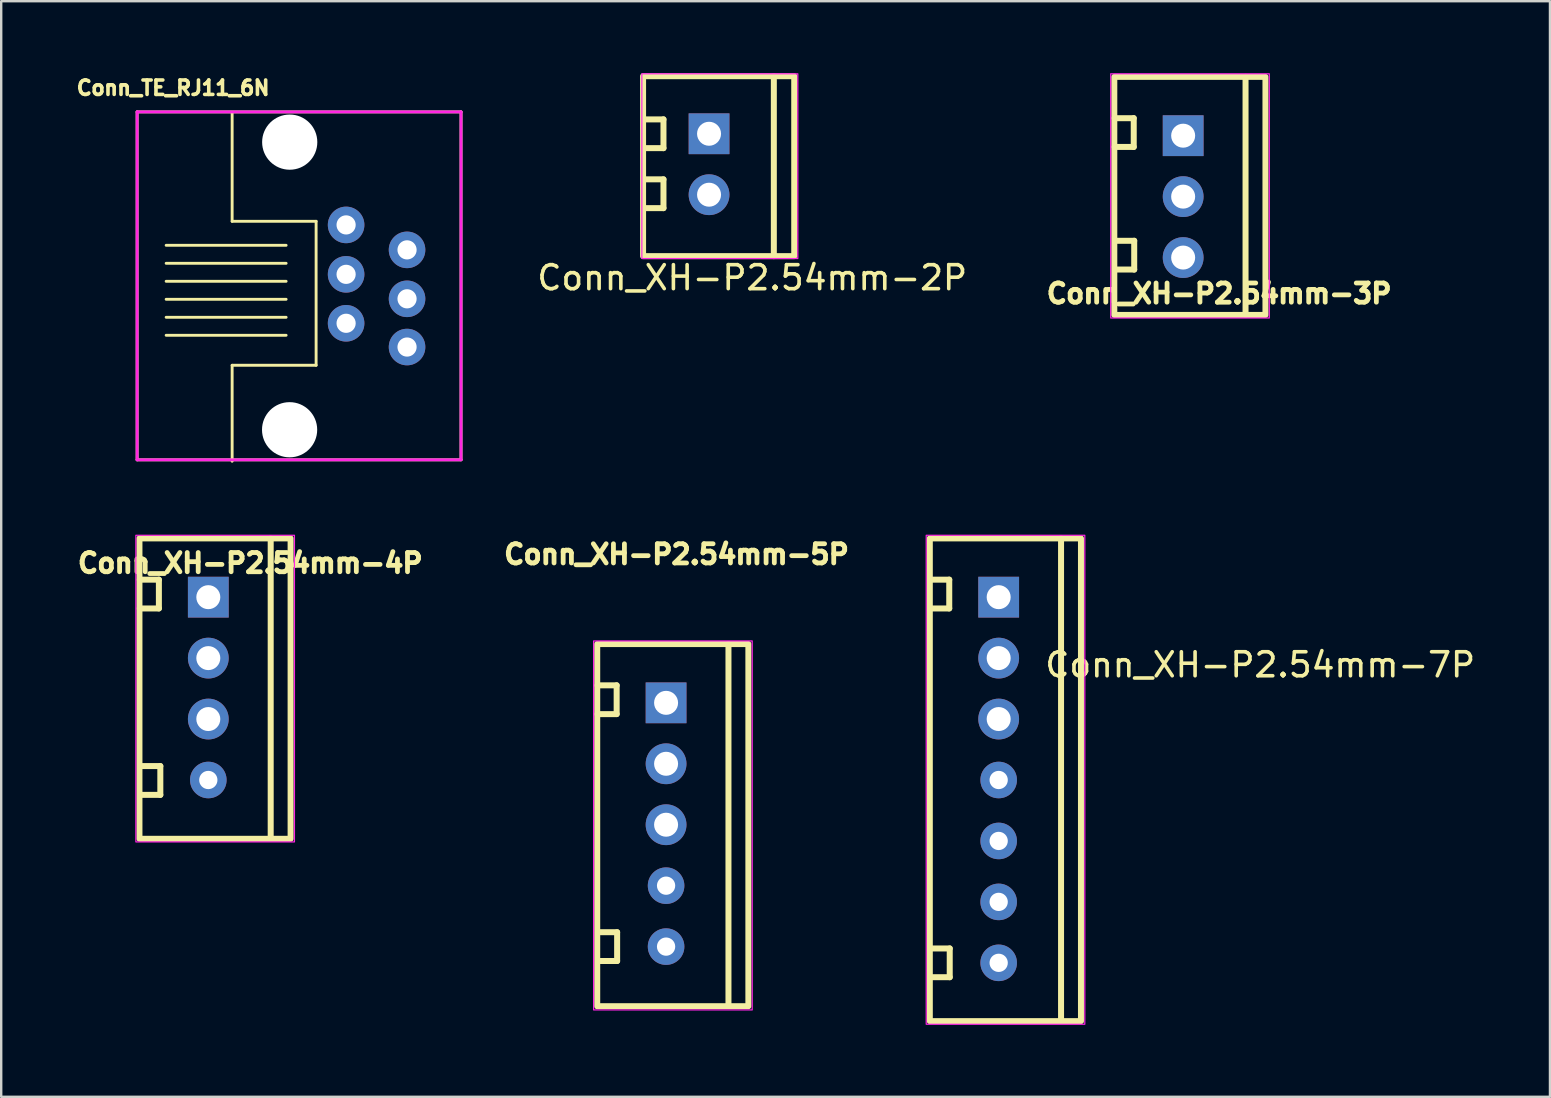
<source format=kicad_pcb>
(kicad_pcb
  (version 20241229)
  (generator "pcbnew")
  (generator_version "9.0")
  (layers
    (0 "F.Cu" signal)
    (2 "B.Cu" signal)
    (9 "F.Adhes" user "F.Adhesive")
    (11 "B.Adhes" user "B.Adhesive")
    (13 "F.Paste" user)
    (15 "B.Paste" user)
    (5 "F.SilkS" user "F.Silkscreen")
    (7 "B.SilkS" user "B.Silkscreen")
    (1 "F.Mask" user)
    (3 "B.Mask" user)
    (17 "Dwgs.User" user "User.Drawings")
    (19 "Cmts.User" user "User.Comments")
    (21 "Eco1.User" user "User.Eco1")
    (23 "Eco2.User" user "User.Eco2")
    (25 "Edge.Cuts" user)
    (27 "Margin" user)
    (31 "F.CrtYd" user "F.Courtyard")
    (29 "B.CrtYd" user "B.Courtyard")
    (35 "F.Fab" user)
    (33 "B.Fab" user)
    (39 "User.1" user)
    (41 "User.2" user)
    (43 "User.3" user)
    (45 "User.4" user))
  (footprint "Conn_XH-P2.54mm-3P"
    (layer "F.Cu")
    (at 46.262 5.145)
    (property "Reference" "Conn_XH-P2.54mm-3P" (at 1.5 4.04 0) (unlocked yes) (layer "F.SilkS") (effects (font (size 0.8 0.8) (thickness 0.3))))
    (attr through_hole)
    (fp_line (start -2.86 -3.27) (end -2.06 -3.27) (stroke (width 0.25) (type solid)) (layer "F.SilkS"))
    (fp_line (start -2.84 1.84) (end -2.04 1.84) (stroke (width 0.25) (type solid)) (layer "F.SilkS"))
    (fp_line (start -2.06 -3.27) (end -2.06 -2.07) (stroke (width 0.25) (type solid)) (layer "F.SilkS"))
    (fp_line (start -2.06 -2.07) (end -2.86 -2.07) (stroke (width 0.25) (type solid)) (layer "F.SilkS"))
    (fp_line (start -2.04 1.84) (end -2.04 3.04) (stroke (width 0.25) (type solid)) (layer "F.SilkS"))
    (fp_line (start -2.04 3.04) (end -2.84 3.04) (stroke (width 0.25) (type solid)) (layer "F.SilkS"))
    (fp_line (start 2.6 -4.99) (end 2.6 4.92) (stroke (width 0.25) (type solid)) (layer "F.SilkS"))
    (fp_rect (start -2.87 -4.99) (end 3.43 4.93) (stroke (width 0.25) (type solid)) (fill no) (layer "F.SilkS"))
    (fp_rect (start -3.02 -5.12) (end 3.59 5.06) (stroke (width 0.05) (type solid)) (fill no) (layer "F.CrtYd"))
    (pad "1" thru_hole rect (at 0 -2.54) (size 1.7 1.7) (drill 1) (layers "*.Cu" "*.Mask"))
    (pad "2" thru_hole oval (at 0 0) (size 1.7 1.7) (drill 1) (layers "*.Cu" "*.Mask"))
    (pad "3" thru_hole circle (at 0 2.54) (size 1.7 1.7) (drill 1) (layers "*.Cu" "*.Mask")))
  (footprint "Conn_XH-P2.54mm-4P"
    (layer "F.Cu")
    (at 5.632 25.649)
    (property "Reference" "Conn_XH-P2.54mm-4P" (at 1.75 -5.23 0) (unlocked yes) (layer "F.SilkS") (effects (font (size 0.8 0.8) (thickness 0.3))))
    (attr through_hole)
    (fp_line (start -2.86 -4.54) (end -2.06 -4.54) (stroke (width 0.25) (type solid)) (layer "F.SilkS"))
    (fp_line (start -2.8 3.23) (end -2 3.23) (stroke (width 0.25) (type solid)) (layer "F.SilkS"))
    (fp_line (start -2.06 -4.54) (end -2.06 -3.34) (stroke (width 0.25) (type solid)) (layer "F.SilkS"))
    (fp_line (start -2.06 -3.34) (end -2.86 -3.34) (stroke (width 0.25) (type solid)) (layer "F.SilkS"))
    (fp_line (start -2 3.23) (end -2 4.43) (stroke (width 0.25) (type solid)) (layer "F.SilkS"))
    (fp_line (start -2 4.43) (end -2.8 4.43) (stroke (width 0.25) (type solid)) (layer "F.SilkS"))
    (fp_line (start 2.6 -6.26) (end 2.6 6.23) (stroke (width 0.25) (type solid)) (layer "F.SilkS"))
    (fp_rect (start -2.87 -6.26) (end 3.43 6.26) (stroke (width 0.25) (type solid)) (fill no) (layer "F.SilkS"))
    (fp_rect (start -3.02 -6.39) (end 3.59 6.39) (stroke (width 0.05) (type solid)) (fill no) (layer "F.CrtYd"))
    (pad "1" thru_hole rect (at 0 -3.81) (size 1.7 1.7) (drill 1) (layers "*.Cu" "*.Mask"))
    (pad "2" thru_hole oval (at 0 -1.27) (size 1.7 1.7) (drill 1) (layers "*.Cu" "*.Mask"))
    (pad "3" thru_hole circle (at 0 1.27) (size 1.7 1.7) (drill 1) (layers "*.Cu" "*.Mask"))
    (pad "4" thru_hole circle (at 0 3.81) (size 1.524 1.524) (drill 0.762) (layers "*.Cu" "*.Mask")))
  (footprint "Conn_XH-P2.54mm-5P"
    (layer "F.Cu")
    (at 24.996 31.353)
    (property "Reference" "Conn_XH-P2.54mm-5P" (at 0.15 -11.3 0) (unlocked yes) (layer "F.SilkS") (effects (font (size 0.8 0.8) (thickness 0.3))))
    (attr through_hole)
    (fp_line (start -3.145 -5.84) (end -2.345 -5.84) (stroke (width 0.25) (type solid)) (layer "F.SilkS"))
    (fp_line (start -3.125 4.45) (end -2.325 4.45) (stroke (width 0.25) (type solid)) (layer "F.SilkS"))
    (fp_line (start -2.345 -5.84) (end -2.345 -4.64) (stroke (width 0.25) (type solid)) (layer "F.SilkS"))
    (fp_line (start -2.345 -4.64) (end -3.145 -4.64) (stroke (width 0.25) (type solid)) (layer "F.SilkS"))
    (fp_line (start -2.325 4.45) (end -2.325 5.65) (stroke (width 0.25) (type solid)) (layer "F.SilkS"))
    (fp_line (start -2.325 5.65) (end -3.125 5.65) (stroke (width 0.25) (type solid)) (layer "F.SilkS"))
    (fp_line (start 2.315 -7.56) (end 2.315 7.51) (stroke (width 0.25) (type solid)) (layer "F.SilkS"))
    (fp_rect (start -3.155 -7.56) (end 3.145 7.535) (stroke (width 0.25) (type solid)) (fill no) (layer "F.SilkS"))
    (fp_rect (start -3.305 -7.69) (end 3.305 7.69) (stroke (width 0.05) (type solid)) (fill no) (layer "F.CrtYd"))
    (pad "1" thru_hole rect (at -0.285 -5.11) (size 1.7 1.7) (drill 1) (layers "*.Cu" "*.Mask"))
    (pad "2" thru_hole oval (at -0.285 -2.57) (size 1.7 1.7) (drill 1) (layers "*.Cu" "*.Mask"))
    (pad "3" thru_hole circle (at -0.285 -0.03) (size 1.7 1.7) (drill 1) (layers "*.Cu" "*.Mask"))
    (pad "4" thru_hole circle (at -0.285 2.51) (size 1.524 1.524) (drill 0.762) (layers "*.Cu" "*.Mask"))
    (pad "5" thru_hole circle (at -0.285 5.05) (size 1.524 1.524) (drill 0.762) (layers "*.Cu" "*.Mask")))
  (footprint "Conn_XH-P2.54mm-7P"
    (layer "F.Cu")
    (at 38.573 29.459)
    (property "Reference" "Conn_XH-P2.54mm-7P" (at 10.9 -4.8 0) (unlocked yes) (layer "F.SilkS") (effects (font (size 1 1) (thickness 0.15))))
    (attr through_hole)
    (fp_line (start -2.86 -8.35) (end -2.06 -8.35) (stroke (width 0.25) (type solid)) (layer "F.SilkS"))
    (fp_line (start -2.84 7.02) (end -2.04 7.02) (stroke (width 0.25) (type solid)) (layer "F.SilkS"))
    (fp_line (start -2.06 -8.35) (end -2.06 -7.15) (stroke (width 0.25) (type solid)) (layer "F.SilkS"))
    (fp_line (start -2.06 -7.15) (end -2.86 -7.15) (stroke (width 0.25) (type solid)) (layer "F.SilkS"))
    (fp_line (start -2.04 7.02) (end -2.04 8.22) (stroke (width 0.25) (type solid)) (layer "F.SilkS"))
    (fp_line (start -2.04 8.22) (end -2.84 8.22) (stroke (width 0.25) (type solid)) (layer "F.SilkS"))
    (fp_line (start 2.6 -10.07) (end 2.6 10.02) (stroke (width 0.25) (type solid)) (layer "F.SilkS"))
    (fp_rect (start -2.87 -10.07) (end 3.43 10.05) (stroke (width 0.25) (type solid)) (fill no) (layer "F.SilkS"))
    (fp_rect (start -3.02 -10.2) (end 3.59 10.18) (stroke (width 0.05) (type solid)) (fill no) (layer "F.CrtYd"))
    (pad "1" thru_hole rect (at 0 -7.62) (size 1.7 1.7) (drill 1) (layers "*.Cu" "*.Mask"))
    (pad "2" thru_hole oval (at 0 -5.08) (size 1.7 1.7) (drill 1) (layers "*.Cu" "*.Mask"))
    (pad "3" thru_hole circle (at 0 -2.54) (size 1.7 1.7) (drill 1) (layers "*.Cu" "*.Mask"))
    (pad "4" thru_hole circle (at 0 0) (size 1.524 1.524) (drill 0.762) (layers "*.Cu" "*.Mask"))
    (pad "5" thru_hole circle (at 0 2.54) (size 1.524 1.524) (drill 0.762) (layers "*.Cu" "*.Mask"))
    (pad "6" thru_hole circle (at 0 5.08) (size 1.524 1.524) (drill 0.762) (layers "*.Cu" "*.Mask"))
    (pad "7" thru_hole circle (at 0 7.62) (size 1.524 1.524) (drill 0.762) (layers "*.Cu" "*.Mask")))
  (footprint "Conn_XH-P2.54mm-2P"
    (layer "F.Cu")
    (at 26.602 3.865)
    (property "Reference" "Conn_XH-P2.54mm-2P" (at 1.7 4.66 0) (unlocked yes) (layer "F.SilkS") (effects (font (size 1 1) (thickness 0.15))))
    (attr through_hole)
    (fp_line (start -2.8 -1.94) (end -2 -1.94) (stroke (width 0.25) (type solid)) (layer "F.SilkS"))
    (fp_line (start -2.8 0.56) (end -2 0.56) (stroke (width 0.25) (type solid)) (layer "F.SilkS"))
    (fp_line (start -2 -1.94) (end -2 -0.74) (stroke (width 0.25) (type solid)) (layer "F.SilkS"))
    (fp_line (start -2 -0.74) (end -2.8 -0.74) (stroke (width 0.25) (type solid)) (layer "F.SilkS"))
    (fp_line (start -2 0.56) (end -2 1.76) (stroke (width 0.25) (type solid)) (layer "F.SilkS"))
    (fp_line (start -2 1.76) (end -2.8 1.76) (stroke (width 0.25) (type solid)) (layer "F.SilkS"))
    (fp_line (start 2.6 -3.74) (end 2.6 3.76) (stroke (width 0.25) (type solid)) (layer "F.SilkS"))
    (fp_rect (start -2.85 -3.74) (end 3.45 3.76) (stroke (width 0.25) (type solid)) (fill no) (layer "F.SilkS"))
    (fp_rect (start -2.9 -3.84) (end 3.6 3.86) (stroke (width 0.05) (type solid)) (fill no) (layer "F.CrtYd"))
    (pad "1" thru_hole rect (at -0.1 -1.34) (size 1.7 1.7) (drill 1) (layers "*.Cu" "*.Mask"))
    (pad "2" thru_hole oval (at -0.1 1.2) (size 1.7 1.7) (drill 1) (layers "*.Cu" "*.Mask")))
  (footprint "Conn_TE_RJ11_6N"
    (layer "F.Cu")
    (at 11.375 10.424)
    (property "Reference" "Conn_TE_RJ11_6N" (at -7.21 -9.81 0) (unlocked yes) (layer "F.SilkS") (effects (font (size 0.6 0.6) (thickness 0.15))))
    (attr through_hole)
    (fp_line (start -8.71 -8.81) (end 4.79 -8.81) (stroke (width 0.12) (type solid)) (layer "F.SilkS"))
    (fp_line (start -8.71 5.69) (end -8.71 -8.81) (stroke (width 0.12) (type solid)) (layer "F.SilkS"))
    (fp_line (start -7.5 -3.25) (end -2.5 -3.25) (stroke (width 0.12) (type solid)) (layer "F.SilkS"))
    (fp_line (start -7.5 -2.5) (end -2.5 -2.5) (stroke (width 0.12) (type solid)) (layer "F.SilkS"))
    (fp_line (start -7.5 -1.75) (end -2.5 -1.75) (stroke (width 0.12) (type solid)) (layer "F.SilkS"))
    (fp_line (start -7.5 -1) (end -2.5 -1) (stroke (width 0.12) (type solid)) (layer "F.SilkS"))
    (fp_line (start -7.5 -0.25) (end -2.5 -0.25) (stroke (width 0.12) (type solid)) (layer "F.SilkS"))
    (fp_line (start -7.5 0.5) (end -2.5 0.5) (stroke (width 0.12) (type solid)) (layer "F.SilkS"))
    (fp_line (start -4.75 -8.75) (end -4.75 -4.25) (stroke (width 0.12) (type solid)) (layer "F.SilkS"))
    (fp_line (start -4.75 -4.25) (end -1.25 -4.25) (stroke (width 0.12) (type solid)) (layer "F.SilkS"))
    (fp_line (start -4.75 1.75) (end -4.75 5.75) (stroke (width 0.12) (type solid)) (layer "F.SilkS"))
    (fp_line (start -1.25 -4.25) (end -1.25 1.75) (stroke (width 0.12) (type solid)) (layer "F.SilkS"))
    (fp_line (start -1.25 1.75) (end -4.75 1.75) (stroke (width 0.12) (type solid)) (layer "F.SilkS"))
    (fp_line (start 4.79 -8.81) (end 4.79 5.69) (stroke (width 0.12) (type solid)) (layer "F.SilkS"))
    (fp_line (start 4.79 5.69) (end -8.71 5.69) (stroke (width 0.12) (type solid)) (layer "F.SilkS"))
    (fp_line (start -8.71 -8.81) (end 4.79 -8.81) (stroke (width 0.12) (type solid)) (layer "F.CrtYd"))
    (fp_line (start -8.71 5.69) (end -8.71 -8.81) (stroke (width 0.12) (type solid)) (layer "F.CrtYd"))
    (fp_line (start 4.79 -8.81) (end 4.79 5.69) (stroke (width 0.12) (type solid)) (layer "F.CrtYd"))
    (fp_line (start 4.79 5.69) (end -8.71 5.69) (stroke (width 0.12) (type solid)) (layer "F.CrtYd"))
    (pad "" np_thru_hole circle (at -2.355 4.437) (size 2.3 2.3) (drill 2.3) (layers "*.Cu" "*.Mask"))
    (pad "" np_thru_hole circle (at -2.35 -7.55) (size 2.3 2.3) (drill 2.3) (layers "*.Cu" "*.Mask"))
    (pad "1" thru_hole circle (at 0 0) (size 1.524 1.524) (drill 0.8) (layers "*.Cu" "*.Mask"))
    (pad "2" thru_hole circle (at 0 -2.04) (size 1.524 1.524) (drill 0.8) (layers "*.Cu" "*.Mask"))
    (pad "3" thru_hole circle (at 0 -4.1) (size 1.524 1.524) (drill 0.8) (layers "*.Cu" "*.Mask"))
    (pad "4" thru_hole circle (at 2.54 -3.06) (size 1.524 1.524) (drill 0.8) (layers "*.Cu" "*.Mask"))
    (pad "5" thru_hole circle (at 2.54 -1.02) (size 1.524 1.524) (drill 0.8) (layers "*.Cu" "*.Mask"))
    (pad "6" thru_hole circle (at 2.54 0.99) (size 1.524 1.524) (drill 0.8) (layers "*.Cu" "*.Mask")))
  (gr_rect
    (start -3 -3)
    (end 61.55 42.664)
    (stroke (width 0.1) (type default))
    (fill no)
    (layer "Edge.Cuts")))
</source>
